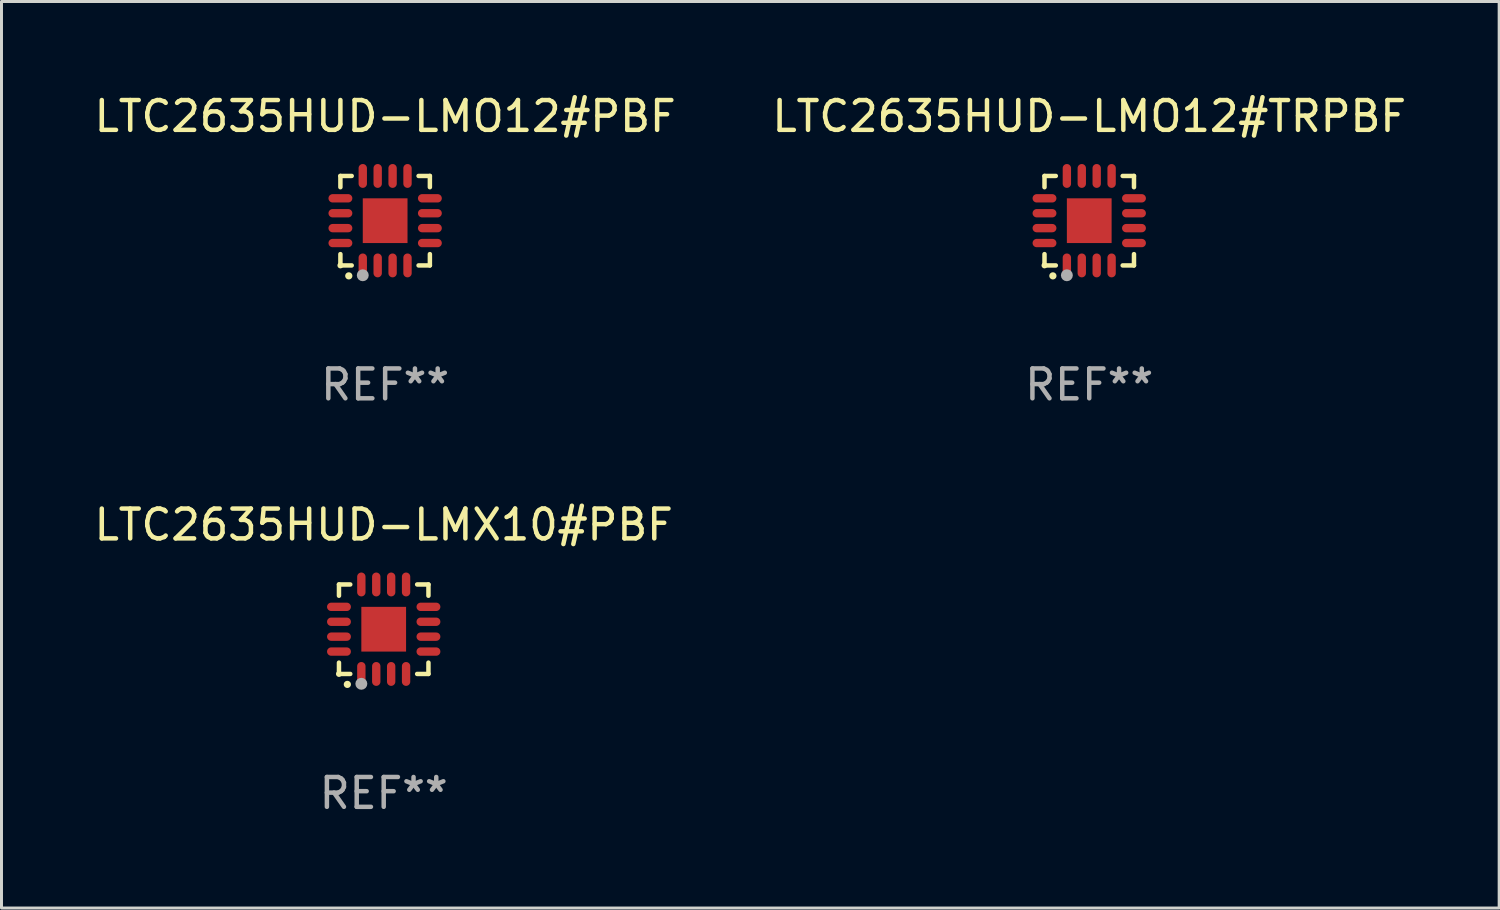
<source format=kicad_pcb>
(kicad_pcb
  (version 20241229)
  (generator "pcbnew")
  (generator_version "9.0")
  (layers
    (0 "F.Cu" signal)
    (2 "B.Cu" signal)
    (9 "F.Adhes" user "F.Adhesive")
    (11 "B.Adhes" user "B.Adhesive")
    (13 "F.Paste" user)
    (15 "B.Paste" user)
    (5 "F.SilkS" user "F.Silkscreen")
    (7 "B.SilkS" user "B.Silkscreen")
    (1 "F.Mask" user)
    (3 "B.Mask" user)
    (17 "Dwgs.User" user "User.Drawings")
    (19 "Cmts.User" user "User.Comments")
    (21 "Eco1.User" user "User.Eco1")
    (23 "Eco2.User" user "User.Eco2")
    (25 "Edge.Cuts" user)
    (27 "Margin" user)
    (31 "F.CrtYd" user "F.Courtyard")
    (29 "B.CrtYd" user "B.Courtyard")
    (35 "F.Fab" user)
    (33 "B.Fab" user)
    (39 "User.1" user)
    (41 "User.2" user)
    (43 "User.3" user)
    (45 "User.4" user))
  (footprint "LTC2635HUD-LMO12#TRPBF"
    (layer "F.Cu")
    (at 33.47 4.349)
    (property "Reference" "LTC2635HUD-LMO12#TRPBF" (at 0 -3.5 0) (layer "F.SilkS") (effects (font (size 1 1) (thickness 0.15))))
    (attr through_hole)
    (fp_line (start -1.5 -1.5) (end -1.121 -1.5) (stroke (width 0.15) (type solid)) (layer "F.SilkS"))
    (fp_line (start -1.5 -1.122) (end -1.5 -1.5) (stroke (width 0.15) (type solid)) (layer "F.SilkS"))
    (fp_line (start -1.5 1.5) (end -1.5 1.121) (stroke (width 0.15) (type solid)) (layer "F.SilkS"))
    (fp_line (start -1.121 1.5) (end -1.5 1.5) (stroke (width 0.15) (type solid)) (layer "F.SilkS"))
    (fp_line (start 1.121 -1.5) (end 1.5 -1.5) (stroke (width 0.15) (type solid)) (layer "F.SilkS"))
    (fp_line (start 1.5 -1.5) (end 1.5 -1.122) (stroke (width 0.15) (type solid)) (layer "F.SilkS"))
    (fp_line (start 1.5 1.121) (end 1.5 1.5) (stroke (width 0.15) (type solid)) (layer "F.SilkS"))
    (fp_line (start 1.5 1.5) (end 1.121 1.5) (stroke (width 0.15) (type solid)) (layer "F.SilkS"))
    (fp_arc (start -1.219926 1.850254) (mid -1.21891 1.85025) (end -1.217894 1.850254) (stroke (width 0.240005) (type solid)) (layer "F.SilkS"))
    (fp_circle (center -1.5 1.5) (end -1.45 1.5) (stroke (width 0.1) (type solid)) (fill no) (layer "F.SilkS"))
    (fp_circle (center -0.75 1.83) (end -0.65 1.83) (stroke (width 0.2) (type solid)) (fill no) (layer "F.Fab"))
    (fp_text user "REF**" (at 0 5.5 0) (layer "F.Fab") (effects (font (size 1 1) (thickness 0.15))))
    (pad "1" smd oval (at -0.75 1.5) (size 0.28 0.8) (layers "F.Cu" "F.Mask" "F.Paste"))
    (pad "2" smd oval (at -0.25 1.5) (size 0.28 0.8) (layers "F.Cu" "F.Mask" "F.Paste"))
    (pad "3" smd oval (at 0.25 1.5) (size 0.28 0.8) (layers "F.Cu" "F.Mask" "F.Paste"))
    (pad "4" smd oval (at 0.75 1.5) (size 0.28 0.8) (layers "F.Cu" "F.Mask" "F.Paste"))
    (pad "5" smd oval (at 1.5 0.75) (size 0.8 0.28) (layers "F.Cu" "F.Mask" "F.Paste"))
    (pad "6" smd oval (at 1.5 0.25) (size 0.8 0.28) (layers "F.Cu" "F.Mask" "F.Paste"))
    (pad "7" smd oval (at 1.5 -0.25) (size 0.8 0.28) (layers "F.Cu" "F.Mask" "F.Paste"))
    (pad "8" smd oval (at 1.5 -0.75) (size 0.8 0.28) (layers "F.Cu" "F.Mask" "F.Paste"))
    (pad "9" smd oval (at 0.75 -1.5) (size 0.28 0.8) (layers "F.Cu" "F.Mask" "F.Paste"))
    (pad "10" smd oval (at 0.25 -1.5) (size 0.28 0.8) (layers "F.Cu" "F.Mask" "F.Paste"))
    (pad "11" smd oval (at -0.25 -1.5) (size 0.28 0.8) (layers "F.Cu" "F.Mask" "F.Paste"))
    (pad "12" smd oval (at -0.75 -1.5) (size 0.28 0.8) (layers "F.Cu" "F.Mask" "F.Paste"))
    (pad "13" smd oval (at -1.5 -0.75) (size 0.8 0.28) (layers "F.Cu" "F.Mask" "F.Paste"))
    (pad "14" smd oval (at -1.5 -0.25) (size 0.8 0.28) (layers "F.Cu" "F.Mask" "F.Paste"))
    (pad "15" smd oval (at -1.5 0.25) (size 0.8 0.28) (layers "F.Cu" "F.Mask" "F.Paste"))
    (pad "16" smd oval (at -1.5 0.75) (size 0.8 0.28) (layers "F.Cu" "F.Mask" "F.Paste"))
    (pad "17" smd rect (at -0.000064 0.000165) (size 1.5 1.5) (layers "F.Cu" "F.Mask" "F.Paste")))
  (footprint "LTC2635HUD-LMX10#PBF"
    (layer "F.Cu")
    (at 9.815 18.046)
    (property "Reference" "LTC2635HUD-LMX10#PBF" (at 0 -3.5 0) (layer "F.SilkS") (effects (font (size 1 1) (thickness 0.15))))
    (attr through_hole)
    (fp_line (start -1.5 -1.5) (end -1.121 -1.5) (stroke (width 0.15) (type solid)) (layer "F.SilkS"))
    (fp_line (start -1.5 -1.122) (end -1.5 -1.5) (stroke (width 0.15) (type solid)) (layer "F.SilkS"))
    (fp_line (start -1.5 1.5) (end -1.5 1.121) (stroke (width 0.15) (type solid)) (layer "F.SilkS"))
    (fp_line (start -1.121 1.5) (end -1.5 1.5) (stroke (width 0.15) (type solid)) (layer "F.SilkS"))
    (fp_line (start 1.121 -1.5) (end 1.5 -1.5) (stroke (width 0.15) (type solid)) (layer "F.SilkS"))
    (fp_line (start 1.5 -1.5) (end 1.5 -1.122) (stroke (width 0.15) (type solid)) (layer "F.SilkS"))
    (fp_line (start 1.5 1.121) (end 1.5 1.5) (stroke (width 0.15) (type solid)) (layer "F.SilkS"))
    (fp_line (start 1.5 1.5) (end 1.121 1.5) (stroke (width 0.15) (type solid)) (layer "F.SilkS"))
    (fp_arc (start -1.219926 1.850254) (mid -1.21891 1.85025) (end -1.217894 1.850254) (stroke (width 0.240005) (type solid)) (layer "F.SilkS"))
    (fp_circle (center -1.5 1.5) (end -1.45 1.5) (stroke (width 0.1) (type solid)) (fill no) (layer "F.SilkS"))
    (fp_circle (center -0.75 1.83) (end -0.65 1.83) (stroke (width 0.2) (type solid)) (fill no) (layer "F.Fab"))
    (fp_text user "REF**" (at 0 5.5 0) (layer "F.Fab") (effects (font (size 1 1) (thickness 0.15))))
    (pad "1" smd oval (at -0.75 1.5) (size 0.28 0.8) (layers "F.Cu" "F.Mask" "F.Paste"))
    (pad "2" smd oval (at -0.25 1.5) (size 0.28 0.8) (layers "F.Cu" "F.Mask" "F.Paste"))
    (pad "3" smd oval (at 0.25 1.5) (size 0.28 0.8) (layers "F.Cu" "F.Mask" "F.Paste"))
    (pad "4" smd oval (at 0.75 1.5) (size 0.28 0.8) (layers "F.Cu" "F.Mask" "F.Paste"))
    (pad "5" smd oval (at 1.5 0.75) (size 0.8 0.28) (layers "F.Cu" "F.Mask" "F.Paste"))
    (pad "6" smd oval (at 1.5 0.25) (size 0.8 0.28) (layers "F.Cu" "F.Mask" "F.Paste"))
    (pad "7" smd oval (at 1.5 -0.25) (size 0.8 0.28) (layers "F.Cu" "F.Mask" "F.Paste"))
    (pad "8" smd oval (at 1.5 -0.75) (size 0.8 0.28) (layers "F.Cu" "F.Mask" "F.Paste"))
    (pad "9" smd oval (at 0.75 -1.5) (size 0.28 0.8) (layers "F.Cu" "F.Mask" "F.Paste"))
    (pad "10" smd oval (at 0.25 -1.5) (size 0.28 0.8) (layers "F.Cu" "F.Mask" "F.Paste"))
    (pad "11" smd oval (at -0.25 -1.5) (size 0.28 0.8) (layers "F.Cu" "F.Mask" "F.Paste"))
    (pad "12" smd oval (at -0.75 -1.5) (size 0.28 0.8) (layers "F.Cu" "F.Mask" "F.Paste"))
    (pad "13" smd oval (at -1.5 -0.75) (size 0.8 0.28) (layers "F.Cu" "F.Mask" "F.Paste"))
    (pad "14" smd oval (at -1.5 -0.25) (size 0.8 0.28) (layers "F.Cu" "F.Mask" "F.Paste"))
    (pad "15" smd oval (at -1.5 0.25) (size 0.8 0.28) (layers "F.Cu" "F.Mask" "F.Paste"))
    (pad "16" smd oval (at -1.5 0.75) (size 0.8 0.28) (layers "F.Cu" "F.Mask" "F.Paste"))
    (pad "17" smd rect (at -0.000064 0.000165) (size 1.5 1.5) (layers "F.Cu" "F.Mask" "F.Paste")))
  (footprint "LTC2635HUD-LMO12#PBF"
    (layer "F.Cu")
    (at 9.863 4.349)
    (property "Reference" "LTC2635HUD-LMO12#PBF" (at 0 -3.5 0) (layer "F.SilkS") (effects (font (size 1 1) (thickness 0.15))))
    (attr through_hole)
    (fp_line (start -1.5 -1.5) (end -1.121 -1.5) (stroke (width 0.15) (type solid)) (layer "F.SilkS"))
    (fp_line (start -1.5 -1.122) (end -1.5 -1.5) (stroke (width 0.15) (type solid)) (layer "F.SilkS"))
    (fp_line (start -1.5 1.5) (end -1.5 1.121) (stroke (width 0.15) (type solid)) (layer "F.SilkS"))
    (fp_line (start -1.121 1.5) (end -1.5 1.5) (stroke (width 0.15) (type solid)) (layer "F.SilkS"))
    (fp_line (start 1.121 -1.5) (end 1.5 -1.5) (stroke (width 0.15) (type solid)) (layer "F.SilkS"))
    (fp_line (start 1.5 -1.5) (end 1.5 -1.122) (stroke (width 0.15) (type solid)) (layer "F.SilkS"))
    (fp_line (start 1.5 1.121) (end 1.5 1.5) (stroke (width 0.15) (type solid)) (layer "F.SilkS"))
    (fp_line (start 1.5 1.5) (end 1.121 1.5) (stroke (width 0.15) (type solid)) (layer "F.SilkS"))
    (fp_arc (start -1.219926 1.850254) (mid -1.21891 1.85025) (end -1.217894 1.850254) (stroke (width 0.240005) (type solid)) (layer "F.SilkS"))
    (fp_circle (center -1.5 1.5) (end -1.45 1.5) (stroke (width 0.1) (type solid)) (fill no) (layer "F.SilkS"))
    (fp_circle (center -0.75 1.83) (end -0.65 1.83) (stroke (width 0.2) (type solid)) (fill no) (layer "F.Fab"))
    (fp_text user "REF**" (at 0 5.5 0) (layer "F.Fab") (effects (font (size 1 1) (thickness 0.15))))
    (pad "1" smd oval (at -0.75 1.5) (size 0.28 0.8) (layers "F.Cu" "F.Mask" "F.Paste"))
    (pad "2" smd oval (at -0.25 1.5) (size 0.28 0.8) (layers "F.Cu" "F.Mask" "F.Paste"))
    (pad "3" smd oval (at 0.25 1.5) (size 0.28 0.8) (layers "F.Cu" "F.Mask" "F.Paste"))
    (pad "4" smd oval (at 0.75 1.5) (size 0.28 0.8) (layers "F.Cu" "F.Mask" "F.Paste"))
    (pad "5" smd oval (at 1.5 0.75) (size 0.8 0.28) (layers "F.Cu" "F.Mask" "F.Paste"))
    (pad "6" smd oval (at 1.5 0.25) (size 0.8 0.28) (layers "F.Cu" "F.Mask" "F.Paste"))
    (pad "7" smd oval (at 1.5 -0.25) (size 0.8 0.28) (layers "F.Cu" "F.Mask" "F.Paste"))
    (pad "8" smd oval (at 1.5 -0.75) (size 0.8 0.28) (layers "F.Cu" "F.Mask" "F.Paste"))
    (pad "9" smd oval (at 0.75 -1.5) (size 0.28 0.8) (layers "F.Cu" "F.Mask" "F.Paste"))
    (pad "10" smd oval (at 0.25 -1.5) (size 0.28 0.8) (layers "F.Cu" "F.Mask" "F.Paste"))
    (pad "11" smd oval (at -0.25 -1.5) (size 0.28 0.8) (layers "F.Cu" "F.Mask" "F.Paste"))
    (pad "12" smd oval (at -0.75 -1.5) (size 0.28 0.8) (layers "F.Cu" "F.Mask" "F.Paste"))
    (pad "13" smd oval (at -1.5 -0.75) (size 0.8 0.28) (layers "F.Cu" "F.Mask" "F.Paste"))
    (pad "14" smd oval (at -1.5 -0.25) (size 0.8 0.28) (layers "F.Cu" "F.Mask" "F.Paste"))
    (pad "15" smd oval (at -1.5 0.25) (size 0.8 0.28) (layers "F.Cu" "F.Mask" "F.Paste"))
    (pad "16" smd oval (at -1.5 0.75) (size 0.8 0.28) (layers "F.Cu" "F.Mask" "F.Paste"))
    (pad "17" smd rect (at -0.000064 0.000165) (size 1.5 1.5) (layers "F.Cu" "F.Mask" "F.Paste")))
  (gr_rect
    (start -3 -3)
    (end 47.214 27.394)
    (stroke (width 0.1) (type default))
    (fill no)
    (layer "Edge.Cuts")))
</source>
